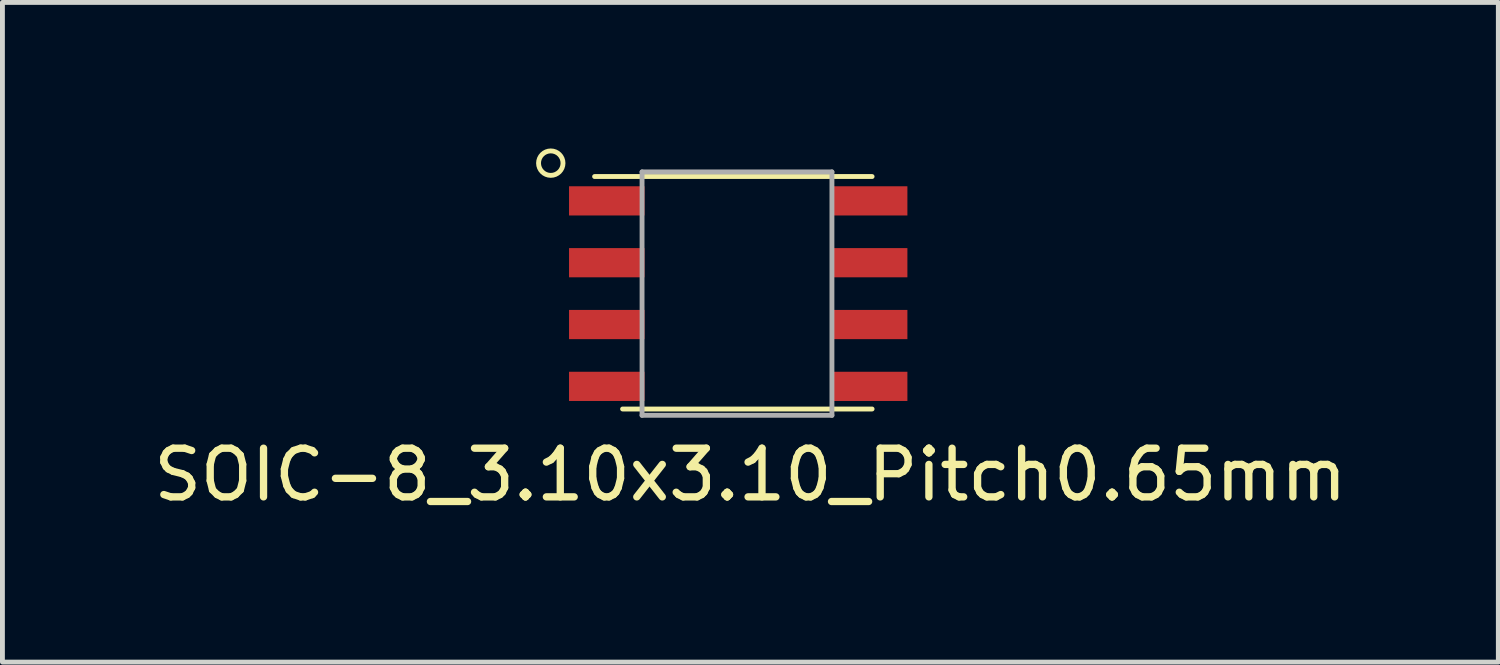
<source format=kicad_pcb>
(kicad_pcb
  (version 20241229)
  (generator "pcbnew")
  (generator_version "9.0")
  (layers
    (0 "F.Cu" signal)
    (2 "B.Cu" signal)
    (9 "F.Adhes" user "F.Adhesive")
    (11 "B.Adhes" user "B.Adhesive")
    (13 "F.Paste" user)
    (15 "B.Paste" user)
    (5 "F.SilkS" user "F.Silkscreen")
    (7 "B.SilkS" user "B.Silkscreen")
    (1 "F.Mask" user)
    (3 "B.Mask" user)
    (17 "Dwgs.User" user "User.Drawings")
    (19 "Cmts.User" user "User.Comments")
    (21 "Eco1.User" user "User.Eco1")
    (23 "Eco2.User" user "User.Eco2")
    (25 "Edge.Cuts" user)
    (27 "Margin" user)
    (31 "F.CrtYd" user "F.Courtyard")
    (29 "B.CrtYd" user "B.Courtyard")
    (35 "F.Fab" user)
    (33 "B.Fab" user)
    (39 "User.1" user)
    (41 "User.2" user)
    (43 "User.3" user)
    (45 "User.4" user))
  (footprint "SOIC-8_3.10x3.10_Pitch0.65mm"
    (layer "F.Cu")
    (at 12.138 2.976)
    (property "Reference" "SOIC-8_3.10x3.10_Pitch0.65mm" (at 0.225 3.725 0) (layer "F.SilkS") (effects (font (size 1 1) (thickness 0.15))))
    (attr through_hole)
    (fp_line (start 2.725 -2.4) (end -2.975 -2.4) (stroke (width 0.1) (type solid)) (layer "F.SilkS"))
    (fp_line (start 2.725 2.375) (end -2.4 2.375) (stroke (width 0.1) (type solid)) (layer "F.SilkS"))
    (fp_circle (center -3.875 -2.675) (end -3.625 -2.65) (stroke (width 0.1) (type solid)) (fill no) (layer "F.SilkS"))
    (fp_line (start -2 -2.495) (end -2 2.505) (stroke (width 0.1) (type solid)) (layer "F.Fab"))
    (fp_line (start -2 -2.495) (end 1.9 -2.495) (stroke (width 0.1) (type solid)) (layer "F.Fab"))
    (fp_line (start -2 2.505) (end 1.9 2.505) (stroke (width 0.1) (type solid)) (layer "F.Fab"))
    (fp_line (start 1.9 -2.495) (end 1.9 2.505) (stroke (width 0.1) (type solid)) (layer "F.Fab"))
    (pad "1" smd rect (at -2.725 -1.9) (size 1.55 0.6) (layers "F.Cu" "F.Mask" "F.Paste"))
    (pad "2" smd rect (at -2.725 -0.63) (size 1.55 0.6) (layers "F.Cu" "F.Mask" "F.Paste"))
    (pad "3" smd rect (at -2.725 0.64) (size 1.55 0.6) (layers "F.Cu" "F.Mask" "F.Paste"))
    (pad "4" smd rect (at -2.725 1.91) (size 1.55 0.6) (layers "F.Cu" "F.Mask" "F.Paste"))
    (pad "5" smd rect (at 2.675 1.91) (size 1.55 0.6) (layers "F.Cu" "F.Mask" "F.Paste"))
    (pad "6" smd rect (at 2.675 0.64) (size 1.55 0.6) (layers "F.Cu" "F.Mask" "F.Paste"))
    (pad "7" smd rect (at 2.675 -0.63) (size 1.55 0.6) (layers "F.Cu" "F.Mask" "F.Paste"))
    (pad "8" smd rect (at 2.675 -1.9) (size 1.55 0.6) (layers "F.Cu" "F.Mask" "F.Paste")))
  (gr_rect
    (start -3 -3)
    (end 27.726 10.549)
    (stroke (width 0.1) (type default))
    (fill no)
    (layer "Edge.Cuts")))
</source>
